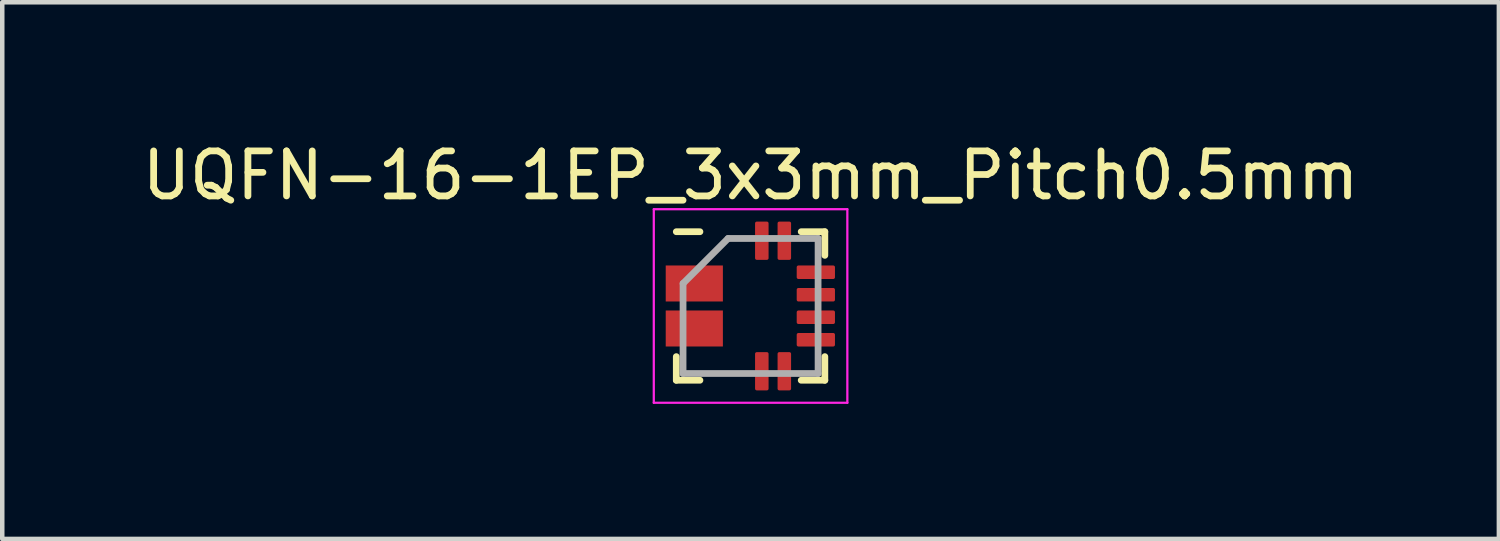
<source format=kicad_pcb>
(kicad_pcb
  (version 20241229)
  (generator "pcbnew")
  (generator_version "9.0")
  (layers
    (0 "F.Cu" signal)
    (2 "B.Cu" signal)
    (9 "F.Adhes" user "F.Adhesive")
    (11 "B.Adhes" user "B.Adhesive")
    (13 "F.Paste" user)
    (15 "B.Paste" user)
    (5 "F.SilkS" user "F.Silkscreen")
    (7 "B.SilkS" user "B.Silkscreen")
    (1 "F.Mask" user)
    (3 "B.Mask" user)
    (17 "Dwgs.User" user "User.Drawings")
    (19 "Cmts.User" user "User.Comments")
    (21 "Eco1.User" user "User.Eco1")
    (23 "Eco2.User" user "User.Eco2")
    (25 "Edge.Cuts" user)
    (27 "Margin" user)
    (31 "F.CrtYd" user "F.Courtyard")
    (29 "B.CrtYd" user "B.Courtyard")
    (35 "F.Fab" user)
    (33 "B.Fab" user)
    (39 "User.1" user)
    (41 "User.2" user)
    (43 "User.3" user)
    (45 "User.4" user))
  (footprint "UQFN-16-1EP_3x3mm_Pitch0.5mm"
    (layer "F.Cu")
    (at 13.625 3.748)
    (property "Reference" "UQFN-16-1EP_3x3mm_Pitch0.5mm" (at 0 -2.9 0) (layer "F.SilkS") (effects (font (size 1 1) (thickness 0.15))))
    (attr smd)
    (fp_line (start -1.65 -1.65) (end -1.125 -1.65) (stroke (width 0.15) (type solid)) (layer "F.SilkS"))
    (fp_line (start -1.65 1.65) (end -1.65 1.125) (stroke (width 0.15) (type solid)) (layer "F.SilkS"))
    (fp_line (start -1.65 1.65) (end -1.125 1.65) (stroke (width 0.15) (type solid)) (layer "F.SilkS"))
    (fp_line (start 1.65 -1.65) (end 1.125 -1.65) (stroke (width 0.15) (type solid)) (layer "F.SilkS"))
    (fp_line (start 1.65 -1.65) (end 1.65 -1.125) (stroke (width 0.15) (type solid)) (layer "F.SilkS"))
    (fp_line (start 1.65 1.65) (end 1.125 1.65) (stroke (width 0.15) (type solid)) (layer "F.SilkS"))
    (fp_line (start 1.65 1.65) (end 1.65 1.125) (stroke (width 0.15) (type solid)) (layer "F.SilkS"))
    (fp_line (start -2.15 -2.15) (end -2.15 2.15) (stroke (width 0.05) (type solid)) (layer "F.CrtYd"))
    (fp_line (start -2.15 -2.15) (end 2.15 -2.15) (stroke (width 0.05) (type solid)) (layer "F.CrtYd"))
    (fp_line (start -2.15 2.15) (end 2.15 2.15) (stroke (width 0.05) (type solid)) (layer "F.CrtYd"))
    (fp_line (start 2.15 -2.15) (end 2.15 2.15) (stroke (width 0.05) (type solid)) (layer "F.CrtYd"))
    (fp_line (start -1.5 -0.5) (end -0.5 -1.5) (stroke (width 0.15) (type solid)) (layer "F.Fab"))
    (fp_line (start -1.5 1.5) (end -1.5 -0.5) (stroke (width 0.15) (type solid)) (layer "F.Fab"))
    (fp_line (start -0.5 -1.5) (end 1.5 -1.5) (stroke (width 0.15) (type solid)) (layer "F.Fab"))
    (fp_line (start 1.5 -1.5) (end 1.5 1.5) (stroke (width 0.15) (type solid)) (layer "F.Fab"))
    (fp_line (start 1.5 1.5) (end -1.5 1.5) (stroke (width 0.15) (type solid)) (layer "F.Fab"))
    (pad "1" smd rect (at -1.25 -0.5) (size 1.27 0.8) (layers "F.Cu" "F.Mask" "F.Paste"))
    (pad "3" smd rect (at -1.25 0.5) (size 1.27 0.8) (layers "F.Cu" "F.Mask" "F.Paste"))
    (pad "5" smd roundrect (at 0.25 1.45 90) (size 0.85 0.3) (layers "F.Cu" "F.Mask" "F.Paste") (roundrect_rratio 0.125))
    (pad "6" smd roundrect (at 0.75 1.45 90) (size 0.85 0.3) (layers "F.Cu" "F.Mask" "F.Paste") (roundrect_rratio 0.125))
    (pad "7" smd roundrect (at 1.45 0.75) (size 0.85 0.3) (layers "F.Cu" "F.Mask" "F.Paste") (roundrect_rratio 0.125))
    (pad "8" smd roundrect (at 1.45 0.25) (size 0.85 0.3) (layers "F.Cu" "F.Mask" "F.Paste") (roundrect_rratio 0.125))
    (pad "9" smd roundrect (at 1.45 -0.25) (size 0.85 0.3) (layers "F.Cu" "F.Mask" "F.Paste") (roundrect_rratio 0.125))
    (pad "10" smd roundrect (at 1.45 -0.75) (size 0.85 0.3) (layers "F.Cu" "F.Mask" "F.Paste") (roundrect_rratio 0.125))
    (pad "11" smd roundrect (at 0.75 -1.45 90) (size 0.85 0.3) (layers "F.Cu" "F.Mask" "F.Paste") (roundrect_rratio 0.125))
    (pad "12" smd roundrect (at 0.25 -1.45 90) (size 0.85 0.3) (layers "F.Cu" "F.Mask" "F.Paste") (roundrect_rratio 0.125)))
  (gr_rect
    (start -3 -3)
    (end 30.25 8.923)
    (stroke (width 0.1) (type default))
    (fill no)
    (layer "Edge.Cuts")))
</source>
